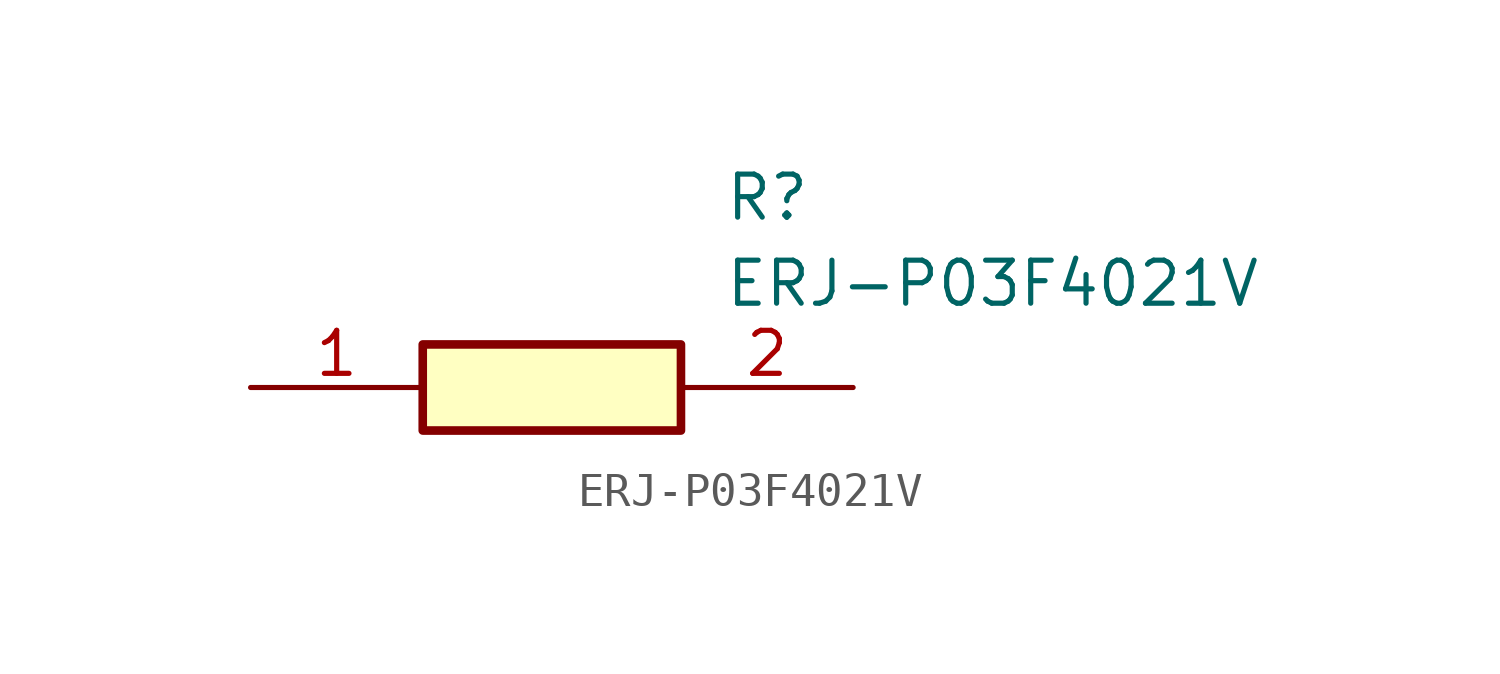
<source format=kicad_sym>
(kicad_symbol_lib
  (version 20211014)
  (generator SamacSys_ECAD_Model)
  (symbol "ERJ-P03F4021V"
    (pin_names hide)
    (property "Reference" "R"
      (at 13.97 6.35 0)
      (effects (font (size 1.27 1.27)) (justify left top)))
    (property "Value" "ERJ-P03F4021V"
      (at 13.97 3.81 0)
      (effects (font (size 1.27 1.27)) (justify left top)))
    (rectangle
      (start 5.08 1.27)
      (end 12.7 -1.27)
      (stroke (width 0.254) (type default))
      (fill (type background)))
    (pin passive line
      (at 0 0 0)
      (length 5.08)
      (name "1" (effects (font (size 1.27 1.27))))
      (number "1" (effects (font (size 1.27 1.27)))))
    (pin passive line
      (at 17.78 0 180)
      (length 5.08)
      (name "2" (effects (font (size 1.27 1.27))))
      (number "2" (effects (font (size 1.27 1.27)))))))
</source>
